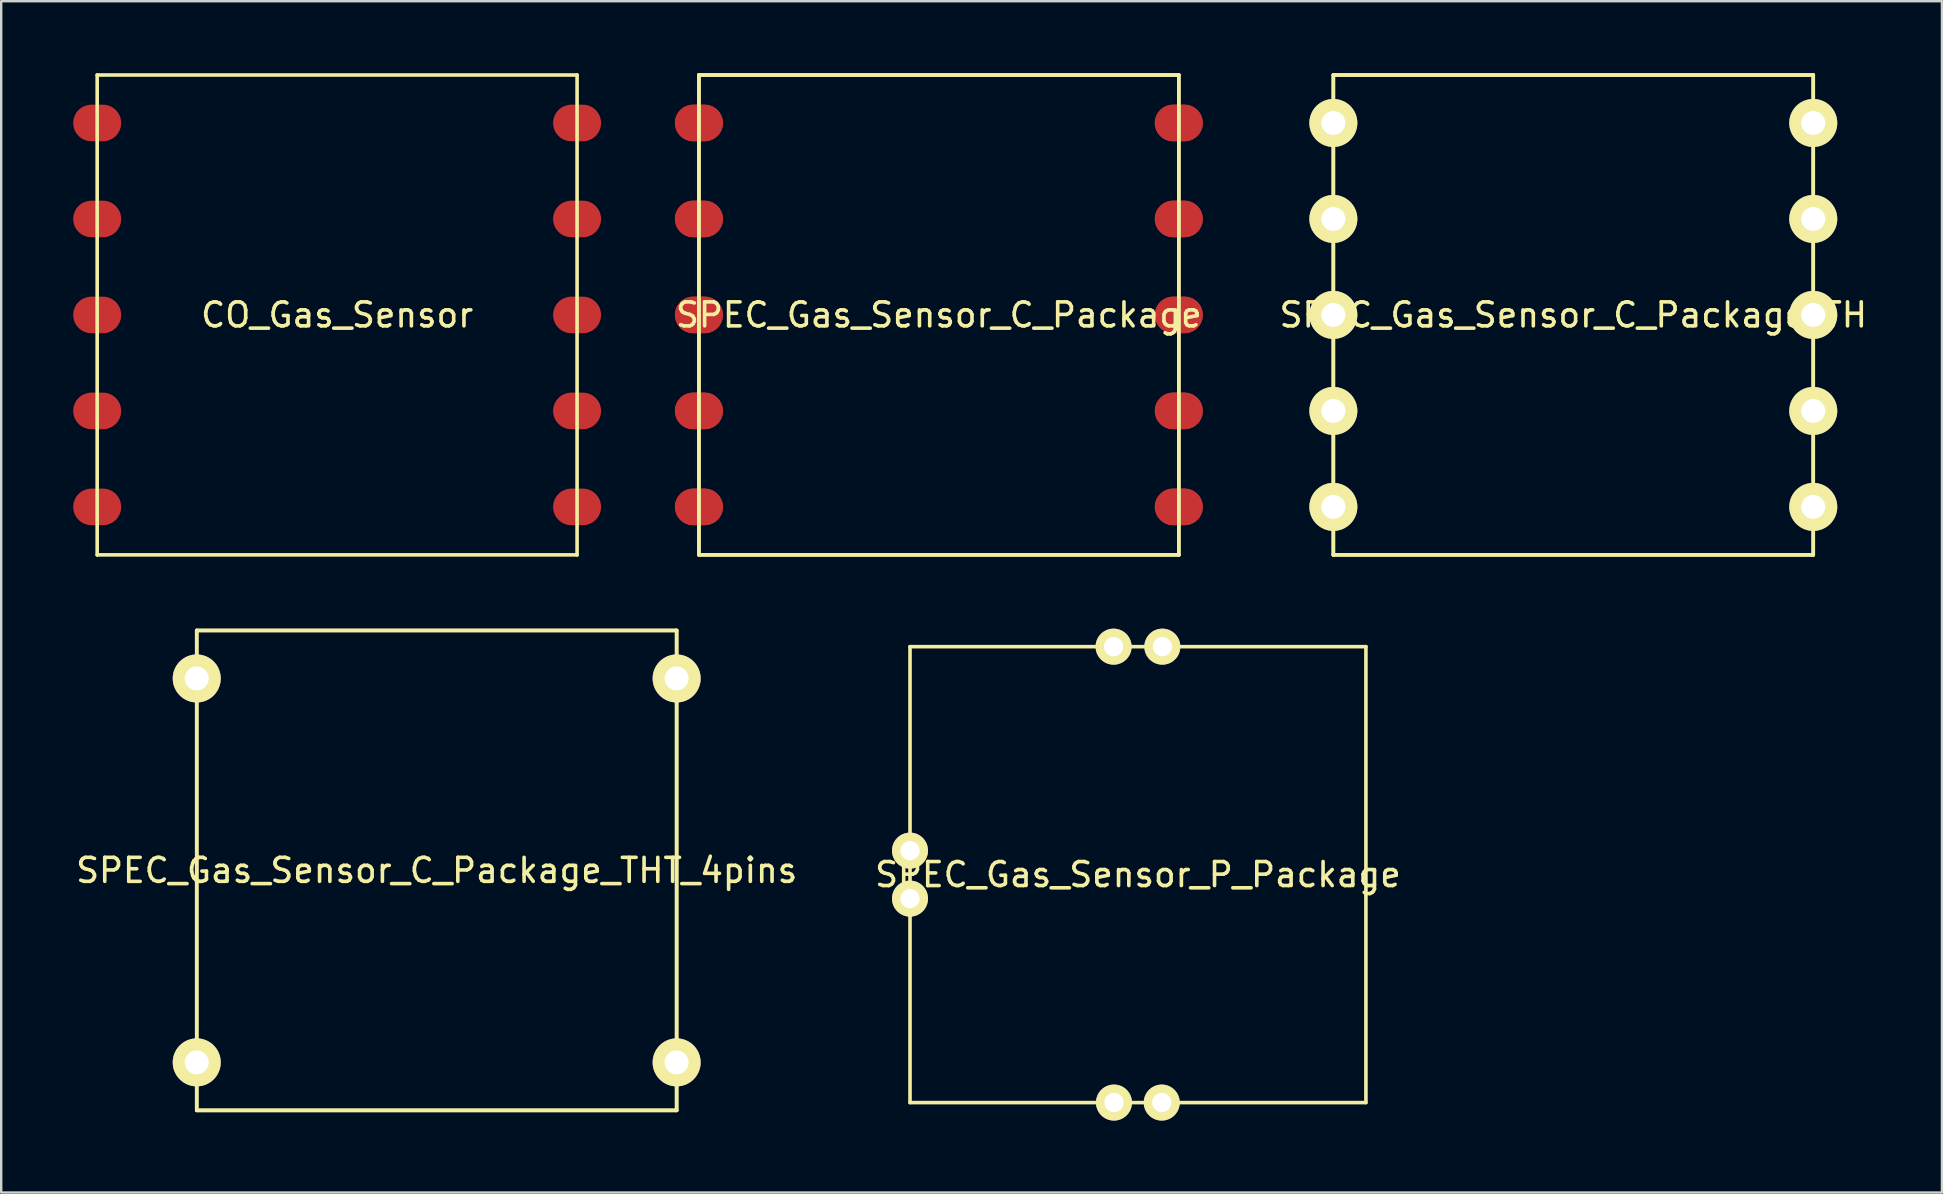
<source format=kicad_pcb>
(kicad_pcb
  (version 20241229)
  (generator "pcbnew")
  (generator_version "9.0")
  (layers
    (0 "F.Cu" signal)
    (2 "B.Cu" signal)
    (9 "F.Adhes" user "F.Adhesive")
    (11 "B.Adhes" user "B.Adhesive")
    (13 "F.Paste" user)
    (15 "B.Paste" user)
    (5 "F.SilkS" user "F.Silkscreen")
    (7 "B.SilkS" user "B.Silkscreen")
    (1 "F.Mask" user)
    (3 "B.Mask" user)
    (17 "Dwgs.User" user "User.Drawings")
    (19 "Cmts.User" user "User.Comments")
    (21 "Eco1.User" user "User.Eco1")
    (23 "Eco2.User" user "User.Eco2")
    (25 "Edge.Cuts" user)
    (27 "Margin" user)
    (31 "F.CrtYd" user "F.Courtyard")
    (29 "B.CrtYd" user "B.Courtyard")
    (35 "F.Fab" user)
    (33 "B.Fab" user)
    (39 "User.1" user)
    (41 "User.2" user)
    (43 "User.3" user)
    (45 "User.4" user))
  (footprint "SPEC_Gas_Sensor_P_Package"
    (layer "F.Cu")
    (at 44.375 33.4)
    (property "Reference" "SPEC_Gas_Sensor_P_Package" (at 0 0 0) (layer "F.SilkS") (effects (font (size 1 1) (thickness 0.15))))
    (attr through_hole)
    (fp_line (start -9.5 -9.5) (end 9.5 -9.5) (stroke (width 0.15) (type solid)) (layer "F.SilkS"))
    (fp_line (start -9.5 9.5) (end -9.5 -9.5) (stroke (width 0.15) (type solid)) (layer "F.SilkS"))
    (fp_line (start 9.5 -9.5) (end 9.5 9.5) (stroke (width 0.15) (type solid)) (layer "F.SilkS"))
    (fp_line (start 9.5 9.5) (end -9.5 9.5) (stroke (width 0.15) (type solid)) (layer "F.SilkS"))
    (pad "1" thru_hole oval (at -1 9.5) (size 1.5 1.5) (drill 0.8) (layers "*.Cu" "*.Mask" "F.SilkS"))
    (pad "2" thru_hole oval (at -9.5 1) (size 1.5 1.5) (drill 0.8) (layers "*.Cu" "*.Mask" "F.SilkS"))
    (pad "3" thru_hole oval (at -9.5 -1) (size 1.5 1.5) (drill 0.8) (layers "*.Cu" "*.Mask" "F.SilkS"))
    (pad "4" thru_hole oval (at 0.991 9.5) (size 1.5 1.5) (drill 0.8) (layers "*.Cu" "*.Mask" "F.SilkS"))
    (pad "5" thru_hole oval (at -1.016 -9.5) (size 1.5 1.5) (drill 0.8) (layers "*.Cu" "*.Mask" "F.SilkS"))
    (pad "6" thru_hole oval (at 1.016 -9.5) (size 1.5 1.5) (drill 0.8) (layers "*.Cu" "*.Mask" "F.SilkS")))
  (footprint "CO_Gas_Sensor"
    (layer "F.Cu")
    (at 11 10.075)
    (property "Reference" "CO_Gas_Sensor" (at 0 0 0) (layer "F.SilkS") (effects (font (size 1 1) (thickness 0.15))))
    (attr through_hole)
    (fp_line (start -10 -10) (end -10 10) (stroke (width 0.15) (type solid)) (layer "F.SilkS"))
    (fp_line (start -10 10) (end 10 10) (stroke (width 0.15) (type solid)) (layer "F.SilkS"))
    (fp_line (start 10 -10) (end -10 -10) (stroke (width 0.15) (type solid)) (layer "F.SilkS"))
    (fp_line (start 10 10) (end 10 -10) (stroke (width 0.15) (type solid)) (layer "F.SilkS"))
    (pad "1" smd oval (at -10 8) (size 2 1.524) (layers "F.Cu" "F.Mask" "F.Paste"))
    (pad "2" smd oval (at -10 4) (size 2 1.524) (layers "F.Cu" "F.Mask" "F.Paste"))
    (pad "3" smd oval (at -10 0) (size 2 1.524) (layers "F.Cu" "F.Mask" "F.Paste"))
    (pad "4" smd oval (at -10 -4) (size 2 1.524) (layers "F.Cu" "F.Mask" "F.Paste"))
    (pad "5" smd oval (at -10 -8) (size 2 1.524) (layers "F.Cu" "F.Mask" "F.Paste"))
    (pad "6" smd oval (at 10 -8) (size 2 1.524) (layers "F.Cu" "F.Mask" "F.Paste"))
    (pad "7" smd oval (at 10 -4) (size 2 1.524) (layers "F.Cu" "F.Mask" "F.Paste"))
    (pad "8" smd oval (at 10 0) (size 2 1.524) (layers "F.Cu" "F.Mask" "F.Paste"))
    (pad "9" smd oval (at 10 4) (size 2 1.524) (layers "F.Cu" "F.Mask" "F.Paste"))
    (pad "10" smd oval (at 10 8) (size 2 1.524) (layers "F.Cu" "F.Mask" "F.Paste")))
  (footprint "SPEC_Gas_Sensor_C_Package_TH"
    (layer "F.Cu")
    (at 62.518 10.075)
    (property "Reference" "SPEC_Gas_Sensor_C_Package_TH" (at 0 0 0) (layer "F.SilkS") (effects (font (size 1 1) (thickness 0.15))))
    (attr through_hole)
    (fp_line (start -10 -10) (end -10 10) (stroke (width 0.15) (type solid)) (layer "F.SilkS"))
    (fp_line (start -10 -10) (end -10 10) (stroke (width 0.15) (type solid)) (layer "F.SilkS"))
    (fp_line (start -10 10) (end 10 10) (stroke (width 0.15) (type solid)) (layer "F.SilkS"))
    (fp_line (start -10 10) (end 10 10) (stroke (width 0.15) (type solid)) (layer "F.SilkS"))
    (fp_line (start 10 -10) (end -10 -10) (stroke (width 0.15) (type solid)) (layer "F.SilkS"))
    (fp_line (start 10 -10) (end -10 -10) (stroke (width 0.15) (type solid)) (layer "F.SilkS"))
    (fp_line (start 10 10) (end 10 -10) (stroke (width 0.15) (type solid)) (layer "F.SilkS"))
    (fp_line (start 10 10) (end 10 -10) (stroke (width 0.15) (type solid)) (layer "F.SilkS"))
    (pad "1" thru_hole oval (at -10 8) (size 2 2) (drill 1) (layers "*.Cu" "*.Mask" "F.SilkS"))
    (pad "2" thru_hole oval (at -10 4) (size 2 2) (drill 1) (layers "*.Cu" "*.Mask" "F.SilkS"))
    (pad "3" thru_hole oval (at -10 0) (size 2 2) (drill 1) (layers "*.Cu" "*.Mask" "F.SilkS"))
    (pad "4" thru_hole oval (at -10 -4) (size 2 2) (drill 1) (layers "*.Cu" "*.Mask" "F.SilkS"))
    (pad "5" thru_hole oval (at -10 -8) (size 2 2) (drill 1) (layers "*.Cu" "*.Mask" "F.SilkS"))
    (pad "6" thru_hole oval (at 10 -8) (size 2 2) (drill 1) (layers "*.Cu" "*.Mask" "F.SilkS"))
    (pad "7" thru_hole oval (at 10 -4) (size 2 2) (drill 1) (layers "*.Cu" "*.Mask" "F.SilkS"))
    (pad "8" thru_hole oval (at 10 0) (size 2 2) (drill 1) (layers "*.Cu" "*.Mask" "F.SilkS"))
    (pad "9" thru_hole oval (at 10 4) (size 2 2) (drill 1) (layers "*.Cu" "*.Mask" "F.SilkS"))
    (pad "10" thru_hole oval (at 10 8) (size 2 2) (drill 1) (layers "*.Cu" "*.Mask" "F.SilkS")))
  (footprint "SPEC_Gas_Sensor_C_Package_THT_4pins"
    (layer "F.Cu")
    (at 15.149 33.225)
    (property "Reference" "SPEC_Gas_Sensor_C_Package_THT_4pins" (at 0 0 0) (layer "F.SilkS") (effects (font (size 1 1) (thickness 0.15))))
    (attr through_hole)
    (fp_line (start -10 -10) (end -10 10) (stroke (width 0.15) (type solid)) (layer "F.SilkS"))
    (fp_line (start -10 -10) (end -10 10) (stroke (width 0.15) (type solid)) (layer "F.SilkS"))
    (fp_line (start -10 10) (end 10 10) (stroke (width 0.15) (type solid)) (layer "F.SilkS"))
    (fp_line (start -10 10) (end 10 10) (stroke (width 0.15) (type solid)) (layer "F.SilkS"))
    (fp_line (start 10 -10) (end -10 -10) (stroke (width 0.15) (type solid)) (layer "F.SilkS"))
    (fp_line (start 10 -10) (end -10 -10) (stroke (width 0.15) (type solid)) (layer "F.SilkS"))
    (fp_line (start 10 10) (end 10 -10) (stroke (width 0.15) (type solid)) (layer "F.SilkS"))
    (fp_line (start 10 10) (end 10 -10) (stroke (width 0.15) (type solid)) (layer "F.SilkS"))
    (pad "1" thru_hole oval (at -10 8) (size 2 2) (drill 1) (layers "*.Cu" "*.Mask" "F.SilkS"))
    (pad "5" thru_hole oval (at -10 -8) (size 2 2) (drill 1) (layers "*.Cu" "*.Mask" "F.SilkS"))
    (pad "6" thru_hole oval (at 10 -8) (size 2 2) (drill 1) (layers "*.Cu" "*.Mask" "F.SilkS"))
    (pad "10" thru_hole oval (at 10 8) (size 2 2) (drill 1) (layers "*.Cu" "*.Mask" "F.SilkS")))
  (footprint "SPEC_Gas_Sensor_C_Package"
    (layer "F.Cu")
    (at 36.077 10.075)
    (property "Reference" "SPEC_Gas_Sensor_C_Package" (at 0 0 0) (layer "F.SilkS") (effects (font (size 1 1) (thickness 0.15))))
    (attr through_hole)
    (fp_line (start -10 -10) (end -10 10) (stroke (width 0.15) (type solid)) (layer "F.SilkS"))
    (fp_line (start -10 -10) (end -10 10) (stroke (width 0.15) (type solid)) (layer "F.SilkS"))
    (fp_line (start -10 10) (end 10 10) (stroke (width 0.15) (type solid)) (layer "F.SilkS"))
    (fp_line (start -10 10) (end 10 10) (stroke (width 0.15) (type solid)) (layer "F.SilkS"))
    (fp_line (start 10 -10) (end -10 -10) (stroke (width 0.15) (type solid)) (layer "F.SilkS"))
    (fp_line (start 10 -10) (end -10 -10) (stroke (width 0.15) (type solid)) (layer "F.SilkS"))
    (fp_line (start 10 10) (end 10 -10) (stroke (width 0.15) (type solid)) (layer "F.SilkS"))
    (fp_line (start 10 10) (end 10 -10) (stroke (width 0.15) (type solid)) (layer "F.SilkS"))
    (pad "1" smd oval (at -10 8) (size 2 1.524) (layers "F.Cu" "F.Mask" "F.Paste"))
    (pad "1" smd oval (at -10 8) (size 2 1.524) (layers "F.Cu" "F.Mask" "F.Paste"))
    (pad "2" smd oval (at -10 4) (size 2 1.524) (layers "F.Cu" "F.Mask" "F.Paste"))
    (pad "2" smd oval (at -10 4) (size 2 1.524) (layers "F.Cu" "F.Mask" "F.Paste"))
    (pad "3" smd oval (at -10 0) (size 2 1.524) (layers "F.Cu" "F.Mask" "F.Paste"))
    (pad "3" smd oval (at -10 0) (size 2 1.524) (layers "F.Cu" "F.Mask" "F.Paste"))
    (pad "4" smd oval (at -10 -4) (size 2 1.524) (layers "F.Cu" "F.Mask" "F.Paste"))
    (pad "4" smd oval (at -10 -4) (size 2 1.524) (layers "F.Cu" "F.Mask" "F.Paste"))
    (pad "5" smd oval (at -10 -8) (size 2 1.524) (layers "F.Cu" "F.Mask" "F.Paste"))
    (pad "5" smd oval (at -10 -8) (size 2 1.524) (layers "F.Cu" "F.Mask" "F.Paste"))
    (pad "6" smd oval (at 10 -8) (size 2 1.524) (layers "F.Cu" "F.Mask" "F.Paste"))
    (pad "6" smd oval (at 10 -8) (size 2 1.524) (layers "F.Cu" "F.Mask" "F.Paste"))
    (pad "7" smd oval (at 10 -4) (size 2 1.524) (layers "F.Cu" "F.Mask" "F.Paste"))
    (pad "7" smd oval (at 10 -4) (size 2 1.524) (layers "F.Cu" "F.Mask" "F.Paste"))
    (pad "8" smd oval (at 10 0) (size 2 1.524) (layers "F.Cu" "F.Mask" "F.Paste"))
    (pad "8" smd oval (at 10 0) (size 2 1.524) (layers "F.Cu" "F.Mask" "F.Paste"))
    (pad "9" smd oval (at 10 4) (size 2 1.524) (layers "F.Cu" "F.Mask" "F.Paste"))
    (pad "9" smd oval (at 10 4) (size 2 1.524) (layers "F.Cu" "F.Mask" "F.Paste"))
    (pad "10" smd oval (at 10 8) (size 2 1.524) (layers "F.Cu" "F.Mask" "F.Paste"))
    (pad "10" smd oval (at 10 8) (size 2 1.524) (layers "F.Cu" "F.Mask" "F.Paste")))
  (gr_rect
    (start -3 -3)
    (end 77.881 46.65)
    (stroke (width 0.1) (type default))
    (fill no)
    (layer "Edge.Cuts")))
</source>
